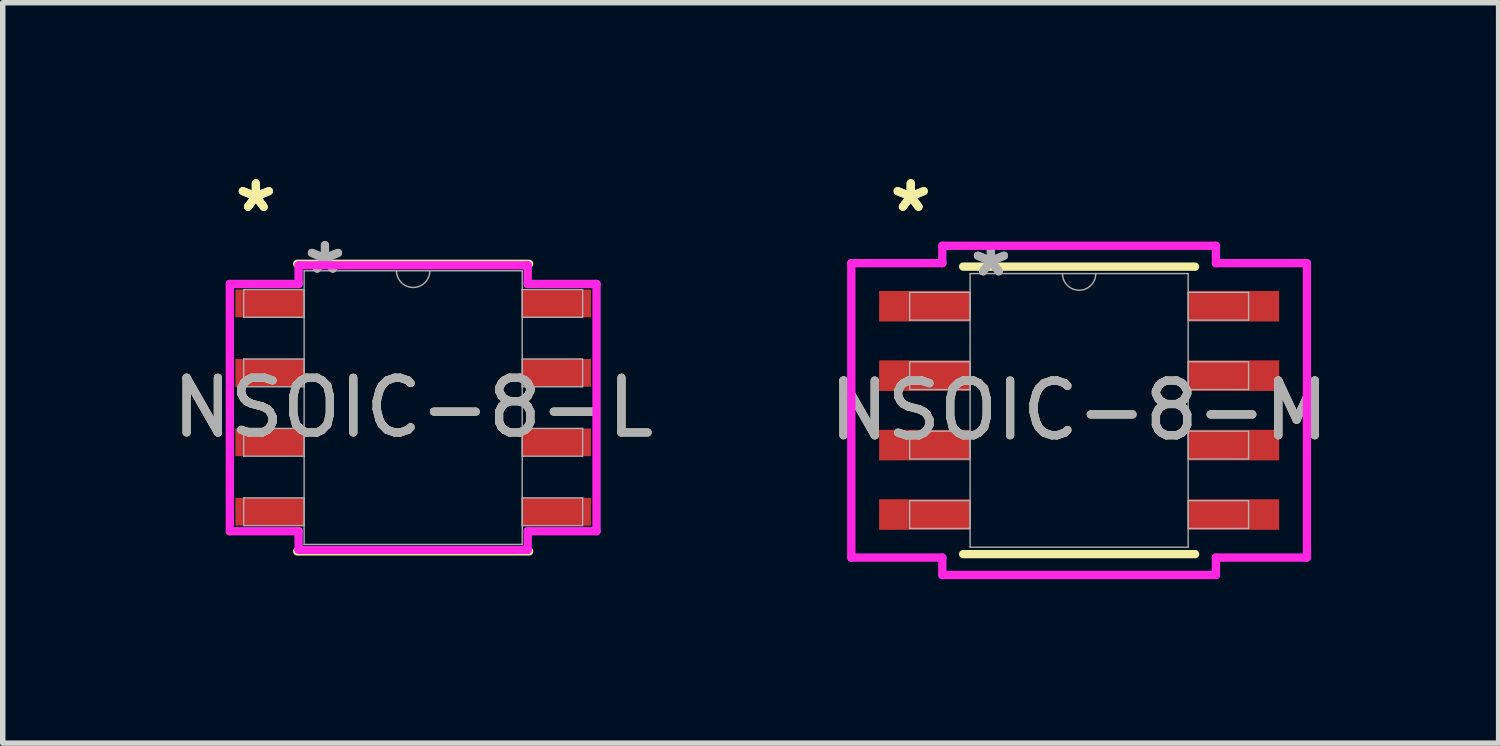
<source format=kicad_pcb>
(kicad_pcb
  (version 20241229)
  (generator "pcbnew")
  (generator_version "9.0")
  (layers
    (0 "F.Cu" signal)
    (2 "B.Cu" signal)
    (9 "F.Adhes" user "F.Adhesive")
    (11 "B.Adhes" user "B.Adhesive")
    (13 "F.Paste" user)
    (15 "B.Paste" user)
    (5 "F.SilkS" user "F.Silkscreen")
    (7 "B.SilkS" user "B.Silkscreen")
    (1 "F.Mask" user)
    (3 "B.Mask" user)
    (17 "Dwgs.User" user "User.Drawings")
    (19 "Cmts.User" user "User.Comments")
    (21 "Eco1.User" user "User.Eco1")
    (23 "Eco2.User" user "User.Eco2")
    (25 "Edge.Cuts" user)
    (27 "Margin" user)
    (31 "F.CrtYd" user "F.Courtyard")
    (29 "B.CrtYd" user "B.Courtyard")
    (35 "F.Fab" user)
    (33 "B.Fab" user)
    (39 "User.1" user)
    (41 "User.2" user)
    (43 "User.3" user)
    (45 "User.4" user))
  (footprint "NSOIC-8-M"
    (layer "F.Cu")
    (at 16.685 4.455)
    (property "Reference" "NSOIC-8-M" (at 0 0 0) (unlocked yes) (layer "F.SilkS") (effects (font (size 1 1) (thickness 0.15))))
    (attr smd)
    (fp_line (start -2.121 2.629) (end 2.121 2.629) (stroke (width 0.152) (type solid)) (layer "F.SilkS"))
    (fp_line (start 2.121 -2.629) (end -2.121 -2.629) (stroke (width 0.152) (type solid)) (layer "F.SilkS"))
    (fp_line (start -4.166 -2.692) (end -2.502 -2.692) (stroke (width 0.152) (type solid)) (layer "F.CrtYd"))
    (fp_line (start -4.166 2.692) (end -4.166 -2.692) (stroke (width 0.152) (type solid)) (layer "F.CrtYd"))
    (fp_line (start -4.166 2.692) (end -2.502 2.692) (stroke (width 0.152) (type solid)) (layer "F.CrtYd"))
    (fp_line (start -2.502 -3.01) (end 2.502 -3.01) (stroke (width 0.152) (type solid)) (layer "F.CrtYd"))
    (fp_line (start -2.502 -2.692) (end -2.502 -3.01) (stroke (width 0.152) (type solid)) (layer "F.CrtYd"))
    (fp_line (start -2.502 3.01) (end -2.502 2.692) (stroke (width 0.152) (type solid)) (layer "F.CrtYd"))
    (fp_line (start 2.502 -3.01) (end 2.502 -2.692) (stroke (width 0.152) (type solid)) (layer "F.CrtYd"))
    (fp_line (start 2.502 2.692) (end 2.502 3.01) (stroke (width 0.152) (type solid)) (layer "F.CrtYd"))
    (fp_line (start 2.502 3.01) (end -2.502 3.01) (stroke (width 0.152) (type solid)) (layer "F.CrtYd"))
    (fp_line (start 4.166 -2.692) (end 2.502 -2.692) (stroke (width 0.152) (type solid)) (layer "F.CrtYd"))
    (fp_line (start 4.166 -2.692) (end 4.166 2.692) (stroke (width 0.152) (type solid)) (layer "F.CrtYd"))
    (fp_line (start 4.166 2.692) (end 2.502 2.692) (stroke (width 0.152) (type solid)) (layer "F.CrtYd"))
    (fp_line (start -3.099 -2.159) (end -3.099 -1.651) (stroke (width 0.025) (type solid)) (layer "F.Fab"))
    (fp_line (start -3.099 -1.651) (end -1.994 -1.651) (stroke (width 0.025) (type solid)) (layer "F.Fab"))
    (fp_line (start -3.099 -0.889) (end -3.099 -0.381) (stroke (width 0.025) (type solid)) (layer "F.Fab"))
    (fp_line (start -3.099 -0.381) (end -1.994 -0.381) (stroke (width 0.025) (type solid)) (layer "F.Fab"))
    (fp_line (start -3.099 0.381) (end -3.099 0.889) (stroke (width 0.025) (type solid)) (layer "F.Fab"))
    (fp_line (start -3.099 0.889) (end -1.994 0.889) (stroke (width 0.025) (type solid)) (layer "F.Fab"))
    (fp_line (start -3.099 1.651) (end -3.099 2.159) (stroke (width 0.025) (type solid)) (layer "F.Fab"))
    (fp_line (start -3.099 2.159) (end -1.994 2.159) (stroke (width 0.025) (type solid)) (layer "F.Fab"))
    (fp_line (start -1.994 -2.502) (end -1.994 2.502) (stroke (width 0.025) (type solid)) (layer "F.Fab"))
    (fp_line (start -1.994 -2.159) (end -3.099 -2.159) (stroke (width 0.025) (type solid)) (layer "F.Fab"))
    (fp_line (start -1.994 -1.651) (end -1.994 -2.159) (stroke (width 0.025) (type solid)) (layer "F.Fab"))
    (fp_line (start -1.994 -0.889) (end -3.099 -0.889) (stroke (width 0.025) (type solid)) (layer "F.Fab"))
    (fp_line (start -1.994 -0.381) (end -1.994 -0.889) (stroke (width 0.025) (type solid)) (layer "F.Fab"))
    (fp_line (start -1.994 0.381) (end -3.099 0.381) (stroke (width 0.025) (type solid)) (layer "F.Fab"))
    (fp_line (start -1.994 0.889) (end -1.994 0.381) (stroke (width 0.025) (type solid)) (layer "F.Fab"))
    (fp_line (start -1.994 1.651) (end -3.099 1.651) (stroke (width 0.025) (type solid)) (layer "F.Fab"))
    (fp_line (start -1.994 2.159) (end -1.994 1.651) (stroke (width 0.025) (type solid)) (layer "F.Fab"))
    (fp_line (start -1.994 2.502) (end 1.994 2.502) (stroke (width 0.025) (type solid)) (layer "F.Fab"))
    (fp_line (start 1.994 -2.502) (end -1.994 -2.502) (stroke (width 0.025) (type solid)) (layer "F.Fab"))
    (fp_line (start 1.994 -2.159) (end 1.994 -1.651) (stroke (width 0.025) (type solid)) (layer "F.Fab"))
    (fp_line (start 1.994 -1.651) (end 3.099 -1.651) (stroke (width 0.025) (type solid)) (layer "F.Fab"))
    (fp_line (start 1.994 -0.889) (end 1.994 -0.381) (stroke (width 0.025) (type solid)) (layer "F.Fab"))
    (fp_line (start 1.994 -0.381) (end 3.099 -0.381) (stroke (width 0.025) (type solid)) (layer "F.Fab"))
    (fp_line (start 1.994 0.381) (end 1.994 0.889) (stroke (width 0.025) (type solid)) (layer "F.Fab"))
    (fp_line (start 1.994 0.889) (end 3.099 0.889) (stroke (width 0.025) (type solid)) (layer "F.Fab"))
    (fp_line (start 1.994 1.651) (end 1.994 2.159) (stroke (width 0.025) (type solid)) (layer "F.Fab"))
    (fp_line (start 1.994 2.159) (end 3.099 2.159) (stroke (width 0.025) (type solid)) (layer "F.Fab"))
    (fp_line (start 1.994 2.502) (end 1.994 -2.502) (stroke (width 0.025) (type solid)) (layer "F.Fab"))
    (fp_line (start 3.099 -2.159) (end 1.994 -2.159) (stroke (width 0.025) (type solid)) (layer "F.Fab"))
    (fp_line (start 3.099 -1.651) (end 3.099 -2.159) (stroke (width 0.025) (type solid)) (layer "F.Fab"))
    (fp_line (start 3.099 -0.889) (end 1.994 -0.889) (stroke (width 0.025) (type solid)) (layer "F.Fab"))
    (fp_line (start 3.099 -0.381) (end 3.099 -0.889) (stroke (width 0.025) (type solid)) (layer "F.Fab"))
    (fp_line (start 3.099 0.381) (end 1.994 0.381) (stroke (width 0.025) (type solid)) (layer "F.Fab"))
    (fp_line (start 3.099 0.889) (end 3.099 0.381) (stroke (width 0.025) (type solid)) (layer "F.Fab"))
    (fp_line (start 3.099 1.651) (end 1.994 1.651) (stroke (width 0.025) (type solid)) (layer "F.Fab"))
    (fp_line (start 3.099 2.159) (end 3.099 1.651) (stroke (width 0.025) (type solid)) (layer "F.Fab"))
    (fp_arc (start 0.3048 -2.5019) (mid 0 -2.1971) (end -0.3048 -2.5019) (stroke (width 0.0254) (type solid)) (layer "F.Fab"))
    (fp_text user "*" (at -3.08 -3.607 0) (layer "F.SilkS") (effects (font (size 1 1) (thickness 0.15))))
    (fp_text user "*" (at -3.08 -3.607 0) (unlocked yes) (layer "F.SilkS") (effects (font (size 1 1) (thickness 0.15))))
    (fp_text user "*" (at -1.613 -2.426 0) (layer "F.Fab") (effects (font (size 1 1) (thickness 0.15))))
    (fp_text user "${REFERENCE}" (at 0 0 0) (unlocked yes) (layer "F.Fab") (effects (font (size 1 1) (thickness 0.15))))
    (fp_text user "*" (at -1.613 -2.426 0) (unlocked yes) (layer "F.Fab") (effects (font (size 1 1) (thickness 0.15))))
    (pad "1" smd rect (at -2.826 -1.905) (size 1.664 0.559) (layers "F.Cu" "F.Mask" "F.Paste"))
    (pad "2" smd rect (at -2.826 -0.635) (size 1.664 0.559) (layers "F.Cu" "F.Mask" "F.Paste"))
    (pad "3" smd rect (at -2.826 0.635) (size 1.664 0.559) (layers "F.Cu" "F.Mask" "F.Paste"))
    (pad "4" smd rect (at -2.826 1.905) (size 1.664 0.559) (layers "F.Cu" "F.Mask" "F.Paste"))
    (pad "5" smd rect (at 2.826 1.905) (size 1.664 0.559) (layers "F.Cu" "F.Mask" "F.Paste"))
    (pad "6" smd rect (at 2.826 0.635) (size 1.664 0.559) (layers "F.Cu" "F.Mask" "F.Paste"))
    (pad "7" smd rect (at 2.826 -0.635) (size 1.664 0.559) (layers "F.Cu" "F.Mask" "F.Paste"))
    (pad "8" smd rect (at 2.826 -1.905) (size 1.664 0.559) (layers "F.Cu" "F.Mask" "F.Paste")))
  (footprint "NSOIC-8-L"
    (layer "F.Cu")
    (at 4.506 4.404)
    (property "Reference" "NSOIC-8-L" (at 0 0 0) (unlocked yes) (layer "F.SilkS") (effects (font (size 1 1) (thickness 0.15))))
    (attr smd)
    (fp_line (start -2.121 2.629) (end 2.121 2.629) (stroke (width 0.152) (type solid)) (layer "F.SilkS"))
    (fp_line (start 2.121 -2.629) (end -2.121 -2.629) (stroke (width 0.152) (type solid)) (layer "F.SilkS"))
    (fp_line (start -3.353 -2.261) (end -2.095 -2.261) (stroke (width 0.152) (type solid)) (layer "F.CrtYd"))
    (fp_line (start -3.353 2.261) (end -3.353 -2.261) (stroke (width 0.152) (type solid)) (layer "F.CrtYd"))
    (fp_line (start -3.353 2.261) (end -2.095 2.261) (stroke (width 0.152) (type solid)) (layer "F.CrtYd"))
    (fp_line (start -2.095 -2.603) (end 2.095 -2.603) (stroke (width 0.152) (type solid)) (layer "F.CrtYd"))
    (fp_line (start -2.095 -2.261) (end -2.095 -2.603) (stroke (width 0.152) (type solid)) (layer "F.CrtYd"))
    (fp_line (start -2.095 2.603) (end -2.095 2.261) (stroke (width 0.152) (type solid)) (layer "F.CrtYd"))
    (fp_line (start 2.095 -2.603) (end 2.095 -2.261) (stroke (width 0.152) (type solid)) (layer "F.CrtYd"))
    (fp_line (start 2.095 2.261) (end 2.095 2.603) (stroke (width 0.152) (type solid)) (layer "F.CrtYd"))
    (fp_line (start 2.095 2.603) (end -2.095 2.603) (stroke (width 0.152) (type solid)) (layer "F.CrtYd"))
    (fp_line (start 3.353 -2.261) (end 2.095 -2.261) (stroke (width 0.152) (type solid)) (layer "F.CrtYd"))
    (fp_line (start 3.353 -2.261) (end 3.353 2.261) (stroke (width 0.152) (type solid)) (layer "F.CrtYd"))
    (fp_line (start 3.353 2.261) (end 2.095 2.261) (stroke (width 0.152) (type solid)) (layer "F.CrtYd"))
    (fp_line (start -3.099 -2.159) (end -3.099 -1.651) (stroke (width 0.025) (type solid)) (layer "F.Fab"))
    (fp_line (start -3.099 -1.651) (end -1.994 -1.651) (stroke (width 0.025) (type solid)) (layer "F.Fab"))
    (fp_line (start -3.099 -0.889) (end -3.099 -0.381) (stroke (width 0.025) (type solid)) (layer "F.Fab"))
    (fp_line (start -3.099 -0.381) (end -1.994 -0.381) (stroke (width 0.025) (type solid)) (layer "F.Fab"))
    (fp_line (start -3.099 0.381) (end -3.099 0.889) (stroke (width 0.025) (type solid)) (layer "F.Fab"))
    (fp_line (start -3.099 0.889) (end -1.994 0.889) (stroke (width 0.025) (type solid)) (layer "F.Fab"))
    (fp_line (start -3.099 1.651) (end -3.099 2.159) (stroke (width 0.025) (type solid)) (layer "F.Fab"))
    (fp_line (start -3.099 2.159) (end -1.994 2.159) (stroke (width 0.025) (type solid)) (layer "F.Fab"))
    (fp_line (start -1.994 -2.502) (end -1.994 2.502) (stroke (width 0.025) (type solid)) (layer "F.Fab"))
    (fp_line (start -1.994 -2.159) (end -3.099 -2.159) (stroke (width 0.025) (type solid)) (layer "F.Fab"))
    (fp_line (start -1.994 -1.651) (end -1.994 -2.159) (stroke (width 0.025) (type solid)) (layer "F.Fab"))
    (fp_line (start -1.994 -0.889) (end -3.099 -0.889) (stroke (width 0.025) (type solid)) (layer "F.Fab"))
    (fp_line (start -1.994 -0.381) (end -1.994 -0.889) (stroke (width 0.025) (type solid)) (layer "F.Fab"))
    (fp_line (start -1.994 0.381) (end -3.099 0.381) (stroke (width 0.025) (type solid)) (layer "F.Fab"))
    (fp_line (start -1.994 0.889) (end -1.994 0.381) (stroke (width 0.025) (type solid)) (layer "F.Fab"))
    (fp_line (start -1.994 1.651) (end -3.099 1.651) (stroke (width 0.025) (type solid)) (layer "F.Fab"))
    (fp_line (start -1.994 2.159) (end -1.994 1.651) (stroke (width 0.025) (type solid)) (layer "F.Fab"))
    (fp_line (start -1.994 2.502) (end 1.994 2.502) (stroke (width 0.025) (type solid)) (layer "F.Fab"))
    (fp_line (start 1.994 -2.502) (end -1.994 -2.502) (stroke (width 0.025) (type solid)) (layer "F.Fab"))
    (fp_line (start 1.994 -2.159) (end 1.994 -1.651) (stroke (width 0.025) (type solid)) (layer "F.Fab"))
    (fp_line (start 1.994 -1.651) (end 3.099 -1.651) (stroke (width 0.025) (type solid)) (layer "F.Fab"))
    (fp_line (start 1.994 -0.889) (end 1.994 -0.381) (stroke (width 0.025) (type solid)) (layer "F.Fab"))
    (fp_line (start 1.994 -0.381) (end 3.099 -0.381) (stroke (width 0.025) (type solid)) (layer "F.Fab"))
    (fp_line (start 1.994 0.381) (end 1.994 0.889) (stroke (width 0.025) (type solid)) (layer "F.Fab"))
    (fp_line (start 1.994 0.889) (end 3.099 0.889) (stroke (width 0.025) (type solid)) (layer "F.Fab"))
    (fp_line (start 1.994 1.651) (end 1.994 2.159) (stroke (width 0.025) (type solid)) (layer "F.Fab"))
    (fp_line (start 1.994 2.159) (end 3.099 2.159) (stroke (width 0.025) (type solid)) (layer "F.Fab"))
    (fp_line (start 1.994 2.502) (end 1.994 -2.502) (stroke (width 0.025) (type solid)) (layer "F.Fab"))
    (fp_line (start 3.099 -2.159) (end 1.994 -2.159) (stroke (width 0.025) (type solid)) (layer "F.Fab"))
    (fp_line (start 3.099 -1.651) (end 3.099 -2.159) (stroke (width 0.025) (type solid)) (layer "F.Fab"))
    (fp_line (start 3.099 -0.889) (end 1.994 -0.889) (stroke (width 0.025) (type solid)) (layer "F.Fab"))
    (fp_line (start 3.099 -0.381) (end 3.099 -0.889) (stroke (width 0.025) (type solid)) (layer "F.Fab"))
    (fp_line (start 3.099 0.381) (end 1.994 0.381) (stroke (width 0.025) (type solid)) (layer "F.Fab"))
    (fp_line (start 3.099 0.889) (end 3.099 0.381) (stroke (width 0.025) (type solid)) (layer "F.Fab"))
    (fp_line (start 3.099 1.651) (end 1.994 1.651) (stroke (width 0.025) (type solid)) (layer "F.Fab"))
    (fp_line (start 3.099 2.159) (end 3.099 1.651) (stroke (width 0.025) (type solid)) (layer "F.Fab"))
    (fp_arc (start 0.3048 -2.5019) (mid 0 -2.1971) (end -0.3048 -2.5019) (stroke (width 0.0254) (type solid)) (layer "F.Fab"))
    (fp_text user "*" (at -2.877 -3.556 0) (layer "F.SilkS") (effects (font (size 1 1) (thickness 0.15))))
    (fp_text user "*" (at -2.877 -3.556 0) (unlocked yes) (layer "F.SilkS") (effects (font (size 1 1) (thickness 0.15))))
    (fp_text user "${REFERENCE}" (at 0 0 0) (unlocked yes) (layer "F.Fab") (effects (font (size 1 1) (thickness 0.15))))
    (fp_text user "*" (at -1.613 -2.426 0) (unlocked yes) (layer "F.Fab") (effects (font (size 1 1) (thickness 0.15))))
    (fp_text user "*" (at -1.613 -2.426 0) (layer "F.Fab") (effects (font (size 1 1) (thickness 0.15))))
    (pad "1" smd rect (at -2.623 -1.905) (size 1.257 0.508) (layers "F.Cu" "F.Mask" "F.Paste"))
    (pad "2" smd rect (at -2.623 -0.635) (size 1.257 0.508) (layers "F.Cu" "F.Mask" "F.Paste"))
    (pad "3" smd rect (at -2.623 0.635) (size 1.257 0.508) (layers "F.Cu" "F.Mask" "F.Paste"))
    (pad "4" smd rect (at -2.623 1.905) (size 1.257 0.508) (layers "F.Cu" "F.Mask" "F.Paste"))
    (pad "5" smd rect (at 2.623 1.905) (size 1.257 0.508) (layers "F.Cu" "F.Mask" "F.Paste"))
    (pad "6" smd rect (at 2.623 0.635) (size 1.257 0.508) (layers "F.Cu" "F.Mask" "F.Paste"))
    (pad "7" smd rect (at 2.623 -0.635) (size 1.257 0.508) (layers "F.Cu" "F.Mask" "F.Paste"))
    (pad "8" smd rect (at 2.623 -1.905) (size 1.257 0.508) (layers "F.Cu" "F.Mask" "F.Paste")))
  (gr_rect
    (start -3 -3)
    (end 24.357 10.541)
    (stroke (width 0.1) (type default))
    (fill no)
    (layer "Edge.Cuts")))
</source>
